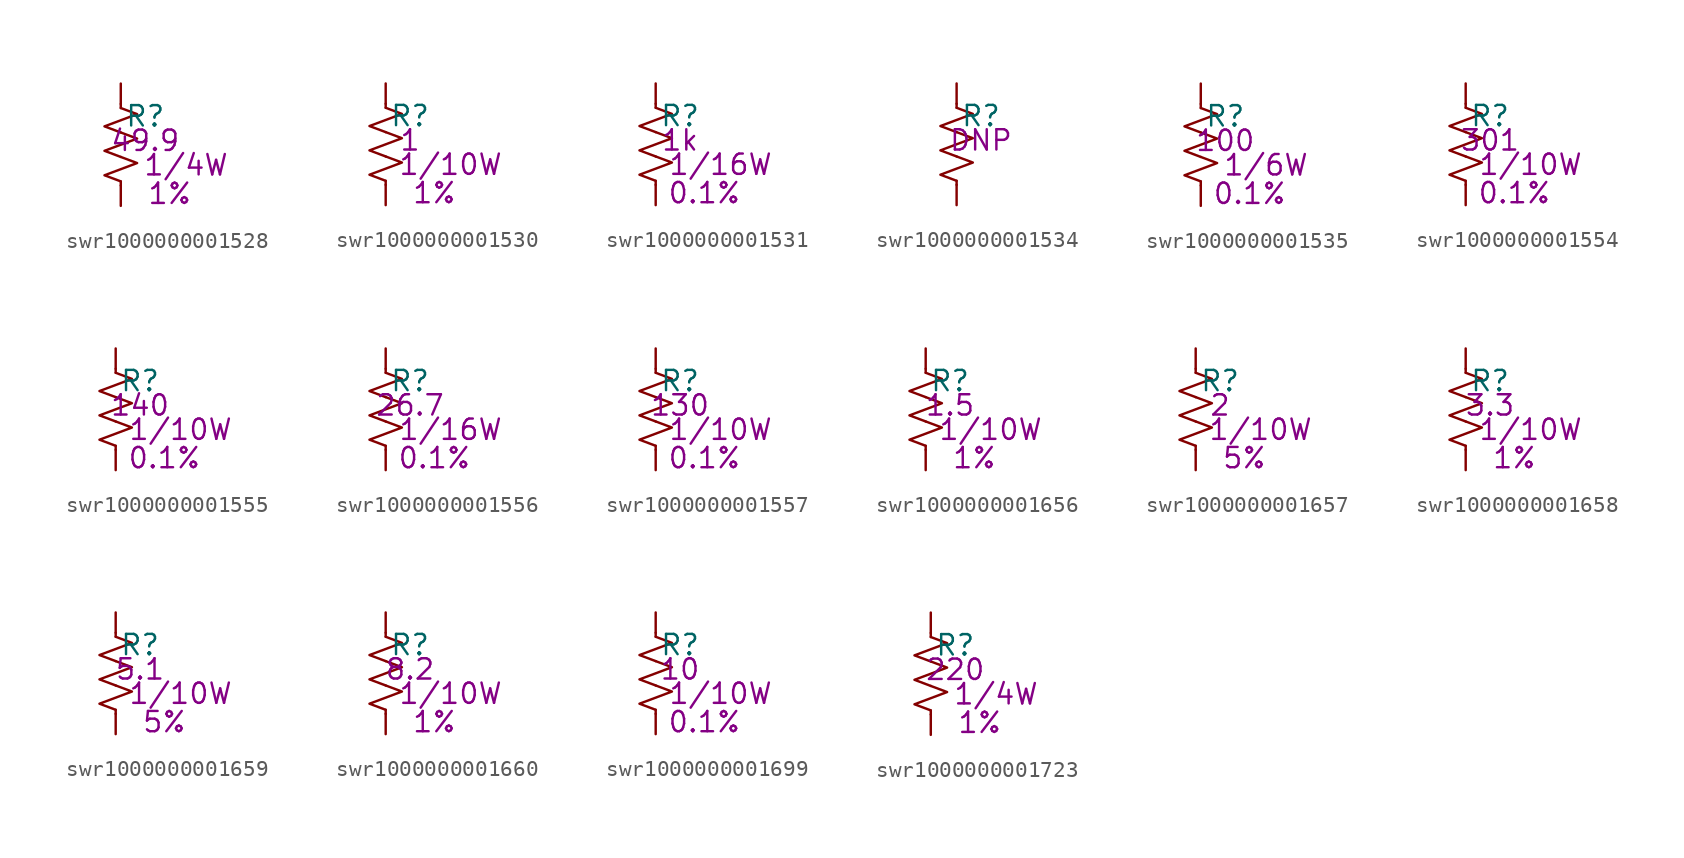
<source format=kicad_sym>
(kicad_symbol_lib
  (version 20211014)
  (generator kicad_symbol_editor)
  (symbol "swr1000000001528"
    (pin_numbers hide)
    (pin_names
      (offset 1.016))
    (property "Reference" "R"
      (at 1.524 1.778 0)
      (effects (font (size 1.27 1.27))))
    (property "Wattage" "1/4W"
      (at 4.064 -1.27 0)
      (effects (font (size 1.27 1.27))))
    (property "PartValue" "49.9"
      (at 1.524 0.254 0)
      (effects (font (size 1.27 1.27))))
    (property "Tolerance" "1%"
      (at 3.048 -3.048 0)
      (effects (font (size 1.27 1.27))))
    (symbol "swr1000000001528_1_1"
      (polyline (pts (xy 0 -2.286) (xy 0 -2.54)) (stroke (width 0) (type default) (color 0 0 0 0)) (fill (type none)))
      (polyline (pts (xy 0 2.286) (xy 0 2.54)) (stroke (width 0) (type default) (color 0 0 0 0)) (fill (type none)))
      (polyline (pts (xy 0 -0.762) (xy 1.016 -1.143) (xy 0 -1.524) (xy -1.016 -1.905) (xy 0 -2.286)) (stroke (width 0) (type default) (color 0 0 0 0)) (fill (type none)))
      (polyline (pts (xy 0 0.762) (xy 1.016 0.381) (xy 0 0) (xy -1.016 -0.381) (xy 0 -0.762)) (stroke (width 0) (type default) (color 0 0 0 0)) (fill (type none)))
      (polyline (pts (xy 0 2.286) (xy 1.016 1.905) (xy 0 1.524) (xy -1.016 1.143) (xy 0 0.762)) (stroke (width 0) (type default) (color 0 0 0 0)) (fill (type none)))
      (pin passive line (at 0 3.81 270) (length 1.27) (name "~" (effects (font (size 1.27 1.27)))) (number "1" (effects (font (size 1.27 1.27)))))
      (pin passive line (at 0 -3.81 90) (length 1.27) (name "~" (effects (font (size 1.27 1.27)))) (number "2" (effects (font (size 1.27 1.27)))))))
  (symbol "swr1000000001530"
    (pin_numbers hide)
    (pin_names
      (offset 1.016))
    (property "Reference" "R"
      (at 1.524 1.778 0)
      (effects (font (size 1.27 1.27))))
    (property "Wattage" "1/10W"
      (at 4.064 -1.27 0)
      (effects (font (size 1.27 1.27))))
    (property "PartValue" "1"
      (at 1.524 0.254 0)
      (effects (font (size 1.27 1.27))))
    (property "Tolerance" "1%"
      (at 3.048 -3.048 0)
      (effects (font (size 1.27 1.27))))
    (symbol "swr1000000001530_1_1"
      (polyline (pts (xy 0 -2.286) (xy 0 -2.54)) (stroke (width 0) (type default) (color 0 0 0 0)) (fill (type none)))
      (polyline (pts (xy 0 2.286) (xy 0 2.54)) (stroke (width 0) (type default) (color 0 0 0 0)) (fill (type none)))
      (polyline (pts (xy 0 -0.762) (xy 1.016 -1.143) (xy 0 -1.524) (xy -1.016 -1.905) (xy 0 -2.286)) (stroke (width 0) (type default) (color 0 0 0 0)) (fill (type none)))
      (polyline (pts (xy 0 0.762) (xy 1.016 0.381) (xy 0 0) (xy -1.016 -0.381) (xy 0 -0.762)) (stroke (width 0) (type default) (color 0 0 0 0)) (fill (type none)))
      (polyline (pts (xy 0 2.286) (xy 1.016 1.905) (xy 0 1.524) (xy -1.016 1.143) (xy 0 0.762)) (stroke (width 0) (type default) (color 0 0 0 0)) (fill (type none)))
      (pin passive line (at 0 3.81 270) (length 1.27) (name "~" (effects (font (size 1.27 1.27)))) (number "1" (effects (font (size 1.27 1.27)))))
      (pin passive line (at 0 -3.81 90) (length 1.27) (name "~" (effects (font (size 1.27 1.27)))) (number "2" (effects (font (size 1.27 1.27)))))))
  (symbol "swr1000000001531"
    (pin_numbers hide)
    (pin_names
      (offset 1.016))
    (property "Reference" "R"
      (at 1.524 1.778 0)
      (effects (font (size 1.27 1.27))))
    (property "Wattage" "1/16W"
      (at 4.064 -1.27 0)
      (effects (font (size 1.27 1.27))))
    (property "PartValue" "1k"
      (at 1.524 0.254 0)
      (effects (font (size 1.27 1.27))))
    (property "Tolerance" "0.1%"
      (at 3.048 -3.048 0)
      (effects (font (size 1.27 1.27))))
    (symbol "swr1000000001531_1_1"
      (polyline (pts (xy 0 -2.286) (xy 0 -2.54)) (stroke (width 0) (type default) (color 0 0 0 0)) (fill (type none)))
      (polyline (pts (xy 0 2.286) (xy 0 2.54)) (stroke (width 0) (type default) (color 0 0 0 0)) (fill (type none)))
      (polyline (pts (xy 0 -0.762) (xy 1.016 -1.143) (xy 0 -1.524) (xy -1.016 -1.905) (xy 0 -2.286)) (stroke (width 0) (type default) (color 0 0 0 0)) (fill (type none)))
      (polyline (pts (xy 0 0.762) (xy 1.016 0.381) (xy 0 0) (xy -1.016 -0.381) (xy 0 -0.762)) (stroke (width 0) (type default) (color 0 0 0 0)) (fill (type none)))
      (polyline (pts (xy 0 2.286) (xy 1.016 1.905) (xy 0 1.524) (xy -1.016 1.143) (xy 0 0.762)) (stroke (width 0) (type default) (color 0 0 0 0)) (fill (type none)))
      (pin passive line (at 0 3.81 270) (length 1.27) (name "~" (effects (font (size 1.27 1.27)))) (number "1" (effects (font (size 1.27 1.27)))))
      (pin passive line (at 0 -3.81 90) (length 1.27) (name "~" (effects (font (size 1.27 1.27)))) (number "2" (effects (font (size 1.27 1.27)))))))
  (symbol "swr1000000001534"
    (pin_numbers hide)
    (pin_names
      (offset 1.016))
    (property "Reference" "R"
      (at 1.524 1.778 0)
      (effects (font (size 1.27 1.27))))
    (property "PartValue" "DNP"
      (at 1.524 0.254 0)
      (effects (font (size 1.27 1.27))))
    (symbol "swr1000000001534_1_1"
      (polyline (pts (xy 0 -2.286) (xy 0 -2.54)) (stroke (width 0) (type default) (color 0 0 0 0)) (fill (type none)))
      (polyline (pts (xy 0 2.286) (xy 0 2.54)) (stroke (width 0) (type default) (color 0 0 0 0)) (fill (type none)))
      (polyline (pts (xy 0 -0.762) (xy 1.016 -1.143) (xy 0 -1.524) (xy -1.016 -1.905) (xy 0 -2.286)) (stroke (width 0) (type default) (color 0 0 0 0)) (fill (type none)))
      (polyline (pts (xy 0 0.762) (xy 1.016 0.381) (xy 0 0) (xy -1.016 -0.381) (xy 0 -0.762)) (stroke (width 0) (type default) (color 0 0 0 0)) (fill (type none)))
      (polyline (pts (xy 0 2.286) (xy 1.016 1.905) (xy 0 1.524) (xy -1.016 1.143) (xy 0 0.762)) (stroke (width 0) (type default) (color 0 0 0 0)) (fill (type none)))
      (pin passive line (at 0 3.81 270) (length 1.27) (name "~" (effects (font (size 1.27 1.27)))) (number "1" (effects (font (size 1.27 1.27)))))
      (pin passive line (at 0 -3.81 90) (length 1.27) (name "~" (effects (font (size 1.27 1.27)))) (number "2" (effects (font (size 1.27 1.27)))))))
  (symbol "swr1000000001535"
    (pin_numbers hide)
    (pin_names
      (offset 1.016))
    (property "Reference" "R"
      (at 1.524 1.778 0)
      (effects (font (size 1.27 1.27))))
    (property "Wattage" "1/6W"
      (at 4.064 -1.27 0)
      (effects (font (size 1.27 1.27))))
    (property "PartValue" "100"
      (at 1.524 0.254 0)
      (effects (font (size 1.27 1.27))))
    (property "Tolerance" "0.1%"
      (at 3.048 -3.048 0)
      (effects (font (size 1.27 1.27))))
    (symbol "swr1000000001535_1_1"
      (polyline (pts (xy 0 -2.286) (xy 0 -2.54)) (stroke (width 0) (type default) (color 0 0 0 0)) (fill (type none)))
      (polyline (pts (xy 0 2.286) (xy 0 2.54)) (stroke (width 0) (type default) (color 0 0 0 0)) (fill (type none)))
      (polyline (pts (xy 0 -0.762) (xy 1.016 -1.143) (xy 0 -1.524) (xy -1.016 -1.905) (xy 0 -2.286)) (stroke (width 0) (type default) (color 0 0 0 0)) (fill (type none)))
      (polyline (pts (xy 0 0.762) (xy 1.016 0.381) (xy 0 0) (xy -1.016 -0.381) (xy 0 -0.762)) (stroke (width 0) (type default) (color 0 0 0 0)) (fill (type none)))
      (polyline (pts (xy 0 2.286) (xy 1.016 1.905) (xy 0 1.524) (xy -1.016 1.143) (xy 0 0.762)) (stroke (width 0) (type default) (color 0 0 0 0)) (fill (type none)))
      (pin passive line (at 0 3.81 270) (length 1.27) (name "~" (effects (font (size 1.27 1.27)))) (number "1" (effects (font (size 1.27 1.27)))))
      (pin passive line (at 0 -3.81 90) (length 1.27) (name "~" (effects (font (size 1.27 1.27)))) (number "2" (effects (font (size 1.27 1.27)))))))
  (symbol "swr1000000001554"
    (pin_numbers hide)
    (pin_names
      (offset 1.016))
    (property "Reference" "R"
      (at 1.524 1.778 0)
      (effects (font (size 1.27 1.27))))
    (property "Wattage" "1/10W"
      (at 4.064 -1.27 0)
      (effects (font (size 1.27 1.27))))
    (property "PartValue" "301"
      (at 1.524 0.254 0)
      (effects (font (size 1.27 1.27))))
    (property "Tolerance" "0.1%"
      (at 3.048 -3.048 0)
      (effects (font (size 1.27 1.27))))
    (symbol "swr1000000001554_1_1"
      (polyline (pts (xy 0 -2.286) (xy 0 -2.54)) (stroke (width 0) (type default) (color 0 0 0 0)) (fill (type none)))
      (polyline (pts (xy 0 2.286) (xy 0 2.54)) (stroke (width 0) (type default) (color 0 0 0 0)) (fill (type none)))
      (polyline (pts (xy 0 -0.762) (xy 1.016 -1.143) (xy 0 -1.524) (xy -1.016 -1.905) (xy 0 -2.286)) (stroke (width 0) (type default) (color 0 0 0 0)) (fill (type none)))
      (polyline (pts (xy 0 0.762) (xy 1.016 0.381) (xy 0 0) (xy -1.016 -0.381) (xy 0 -0.762)) (stroke (width 0) (type default) (color 0 0 0 0)) (fill (type none)))
      (polyline (pts (xy 0 2.286) (xy 1.016 1.905) (xy 0 1.524) (xy -1.016 1.143) (xy 0 0.762)) (stroke (width 0) (type default) (color 0 0 0 0)) (fill (type none)))
      (pin passive line (at 0 3.81 270) (length 1.27) (name "~" (effects (font (size 1.27 1.27)))) (number "1" (effects (font (size 1.27 1.27)))))
      (pin passive line (at 0 -3.81 90) (length 1.27) (name "~" (effects (font (size 1.27 1.27)))) (number "2" (effects (font (size 1.27 1.27)))))))
  (symbol "swr1000000001555"
    (pin_numbers hide)
    (pin_names
      (offset 1.016))
    (property "Reference" "R"
      (at 1.524 1.778 0)
      (effects (font (size 1.27 1.27))))
    (property "Wattage" "1/10W"
      (at 4.064 -1.27 0)
      (effects (font (size 1.27 1.27))))
    (property "PartValue" "140"
      (at 1.524 0.254 0)
      (effects (font (size 1.27 1.27))))
    (property "Tolerance" "0.1%"
      (at 3.048 -3.048 0)
      (effects (font (size 1.27 1.27))))
    (symbol "swr1000000001555_1_1"
      (polyline (pts (xy 0 -2.286) (xy 0 -2.54)) (stroke (width 0) (type default) (color 0 0 0 0)) (fill (type none)))
      (polyline (pts (xy 0 2.286) (xy 0 2.54)) (stroke (width 0) (type default) (color 0 0 0 0)) (fill (type none)))
      (polyline (pts (xy 0 -0.762) (xy 1.016 -1.143) (xy 0 -1.524) (xy -1.016 -1.905) (xy 0 -2.286)) (stroke (width 0) (type default) (color 0 0 0 0)) (fill (type none)))
      (polyline (pts (xy 0 0.762) (xy 1.016 0.381) (xy 0 0) (xy -1.016 -0.381) (xy 0 -0.762)) (stroke (width 0) (type default) (color 0 0 0 0)) (fill (type none)))
      (polyline (pts (xy 0 2.286) (xy 1.016 1.905) (xy 0 1.524) (xy -1.016 1.143) (xy 0 0.762)) (stroke (width 0) (type default) (color 0 0 0 0)) (fill (type none)))
      (pin passive line (at 0 3.81 270) (length 1.27) (name "~" (effects (font (size 1.27 1.27)))) (number "1" (effects (font (size 1.27 1.27)))))
      (pin passive line (at 0 -3.81 90) (length 1.27) (name "~" (effects (font (size 1.27 1.27)))) (number "2" (effects (font (size 1.27 1.27)))))))
  (symbol "swr1000000001556"
    (pin_numbers hide)
    (pin_names
      (offset 1.016))
    (property "Reference" "R"
      (at 1.524 1.778 0)
      (effects (font (size 1.27 1.27))))
    (property "Wattage" "1/16W"
      (at 4.064 -1.27 0)
      (effects (font (size 1.27 1.27))))
    (property "PartValue" "26.7"
      (at 1.524 0.254 0)
      (effects (font (size 1.27 1.27))))
    (property "Tolerance" "0.1%"
      (at 3.048 -3.048 0)
      (effects (font (size 1.27 1.27))))
    (symbol "swr1000000001556_1_1"
      (polyline (pts (xy 0 -2.286) (xy 0 -2.54)) (stroke (width 0) (type default) (color 0 0 0 0)) (fill (type none)))
      (polyline (pts (xy 0 2.286) (xy 0 2.54)) (stroke (width 0) (type default) (color 0 0 0 0)) (fill (type none)))
      (polyline (pts (xy 0 -0.762) (xy 1.016 -1.143) (xy 0 -1.524) (xy -1.016 -1.905) (xy 0 -2.286)) (stroke (width 0) (type default) (color 0 0 0 0)) (fill (type none)))
      (polyline (pts (xy 0 0.762) (xy 1.016 0.381) (xy 0 0) (xy -1.016 -0.381) (xy 0 -0.762)) (stroke (width 0) (type default) (color 0 0 0 0)) (fill (type none)))
      (polyline (pts (xy 0 2.286) (xy 1.016 1.905) (xy 0 1.524) (xy -1.016 1.143) (xy 0 0.762)) (stroke (width 0) (type default) (color 0 0 0 0)) (fill (type none)))
      (pin passive line (at 0 3.81 270) (length 1.27) (name "~" (effects (font (size 1.27 1.27)))) (number "1" (effects (font (size 1.27 1.27)))))
      (pin passive line (at 0 -3.81 90) (length 1.27) (name "~" (effects (font (size 1.27 1.27)))) (number "2" (effects (font (size 1.27 1.27)))))))
  (symbol "swr1000000001557"
    (pin_numbers hide)
    (pin_names
      (offset 1.016))
    (property "Reference" "R"
      (at 1.524 1.778 0)
      (effects (font (size 1.27 1.27))))
    (property "Wattage" "1/10W"
      (at 4.064 -1.27 0)
      (effects (font (size 1.27 1.27))))
    (property "PartValue" "130"
      (at 1.524 0.254 0)
      (effects (font (size 1.27 1.27))))
    (property "Tolerance" "0.1%"
      (at 3.048 -3.048 0)
      (effects (font (size 1.27 1.27))))
    (symbol "swr1000000001557_1_1"
      (polyline (pts (xy 0 -2.286) (xy 0 -2.54)) (stroke (width 0) (type default) (color 0 0 0 0)) (fill (type none)))
      (polyline (pts (xy 0 2.286) (xy 0 2.54)) (stroke (width 0) (type default) (color 0 0 0 0)) (fill (type none)))
      (polyline (pts (xy 0 -0.762) (xy 1.016 -1.143) (xy 0 -1.524) (xy -1.016 -1.905) (xy 0 -2.286)) (stroke (width 0) (type default) (color 0 0 0 0)) (fill (type none)))
      (polyline (pts (xy 0 0.762) (xy 1.016 0.381) (xy 0 0) (xy -1.016 -0.381) (xy 0 -0.762)) (stroke (width 0) (type default) (color 0 0 0 0)) (fill (type none)))
      (polyline (pts (xy 0 2.286) (xy 1.016 1.905) (xy 0 1.524) (xy -1.016 1.143) (xy 0 0.762)) (stroke (width 0) (type default) (color 0 0 0 0)) (fill (type none)))
      (pin passive line (at 0 3.81 270) (length 1.27) (name "~" (effects (font (size 1.27 1.27)))) (number "1" (effects (font (size 1.27 1.27)))))
      (pin passive line (at 0 -3.81 90) (length 1.27) (name "~" (effects (font (size 1.27 1.27)))) (number "2" (effects (font (size 1.27 1.27)))))))
  (symbol "swr1000000001656"
    (pin_numbers hide)
    (pin_names
      (offset 1.016))
    (property "Reference" "R"
      (at 1.524 1.778 0)
      (effects (font (size 1.27 1.27))))
    (property "Wattage" "1/10W"
      (at 4.064 -1.27 0)
      (effects (font (size 1.27 1.27))))
    (property "PartValue" "1.5"
      (at 1.524 0.254 0)
      (effects (font (size 1.27 1.27))))
    (property "Tolerance" "1%"
      (at 3.048 -3.048 0)
      (effects (font (size 1.27 1.27))))
    (symbol "swr1000000001656_1_1"
      (polyline (pts (xy 0 -2.286) (xy 0 -2.54)) (stroke (width 0) (type default) (color 0 0 0 0)) (fill (type none)))
      (polyline (pts (xy 0 2.286) (xy 0 2.54)) (stroke (width 0) (type default) (color 0 0 0 0)) (fill (type none)))
      (polyline (pts (xy 0 -0.762) (xy 1.016 -1.143) (xy 0 -1.524) (xy -1.016 -1.905) (xy 0 -2.286)) (stroke (width 0) (type default) (color 0 0 0 0)) (fill (type none)))
      (polyline (pts (xy 0 0.762) (xy 1.016 0.381) (xy 0 0) (xy -1.016 -0.381) (xy 0 -0.762)) (stroke (width 0) (type default) (color 0 0 0 0)) (fill (type none)))
      (polyline (pts (xy 0 2.286) (xy 1.016 1.905) (xy 0 1.524) (xy -1.016 1.143) (xy 0 0.762)) (stroke (width 0) (type default) (color 0 0 0 0)) (fill (type none)))
      (pin passive line (at 0 3.81 270) (length 1.27) (name "~" (effects (font (size 1.27 1.27)))) (number "1" (effects (font (size 1.27 1.27)))))
      (pin passive line (at 0 -3.81 90) (length 1.27) (name "~" (effects (font (size 1.27 1.27)))) (number "2" (effects (font (size 1.27 1.27)))))))
  (symbol "swr1000000001657"
    (pin_numbers hide)
    (pin_names
      (offset 1.016))
    (property "Reference" "R"
      (at 1.524 1.778 0)
      (effects (font (size 1.27 1.27))))
    (property "Wattage" "1/10W"
      (at 4.064 -1.27 0)
      (effects (font (size 1.27 1.27))))
    (property "PartValue" "2"
      (at 1.524 0.254 0)
      (effects (font (size 1.27 1.27))))
    (property "Tolerance" "5%"
      (at 3.048 -3.048 0)
      (effects (font (size 1.27 1.27))))
    (symbol "swr1000000001657_1_1"
      (polyline (pts (xy 0 -2.286) (xy 0 -2.54)) (stroke (width 0) (type default) (color 0 0 0 0)) (fill (type none)))
      (polyline (pts (xy 0 2.286) (xy 0 2.54)) (stroke (width 0) (type default) (color 0 0 0 0)) (fill (type none)))
      (polyline (pts (xy 0 -0.762) (xy 1.016 -1.143) (xy 0 -1.524) (xy -1.016 -1.905) (xy 0 -2.286)) (stroke (width 0) (type default) (color 0 0 0 0)) (fill (type none)))
      (polyline (pts (xy 0 0.762) (xy 1.016 0.381) (xy 0 0) (xy -1.016 -0.381) (xy 0 -0.762)) (stroke (width 0) (type default) (color 0 0 0 0)) (fill (type none)))
      (polyline (pts (xy 0 2.286) (xy 1.016 1.905) (xy 0 1.524) (xy -1.016 1.143) (xy 0 0.762)) (stroke (width 0) (type default) (color 0 0 0 0)) (fill (type none)))
      (pin passive line (at 0 3.81 270) (length 1.27) (name "~" (effects (font (size 1.27 1.27)))) (number "1" (effects (font (size 1.27 1.27)))))
      (pin passive line (at 0 -3.81 90) (length 1.27) (name "~" (effects (font (size 1.27 1.27)))) (number "2" (effects (font (size 1.27 1.27)))))))
  (symbol "swr1000000001658"
    (pin_numbers hide)
    (pin_names
      (offset 1.016))
    (property "Reference" "R"
      (at 1.524 1.778 0)
      (effects (font (size 1.27 1.27))))
    (property "Wattage" "1/10W"
      (at 4.064 -1.27 0)
      (effects (font (size 1.27 1.27))))
    (property "PartValue" "3.3"
      (at 1.524 0.254 0)
      (effects (font (size 1.27 1.27))))
    (property "Tolerance" "1%"
      (at 3.048 -3.048 0)
      (effects (font (size 1.27 1.27))))
    (symbol "swr1000000001658_1_1"
      (polyline (pts (xy 0 -2.286) (xy 0 -2.54)) (stroke (width 0) (type default) (color 0 0 0 0)) (fill (type none)))
      (polyline (pts (xy 0 2.286) (xy 0 2.54)) (stroke (width 0) (type default) (color 0 0 0 0)) (fill (type none)))
      (polyline (pts (xy 0 -0.762) (xy 1.016 -1.143) (xy 0 -1.524) (xy -1.016 -1.905) (xy 0 -2.286)) (stroke (width 0) (type default) (color 0 0 0 0)) (fill (type none)))
      (polyline (pts (xy 0 0.762) (xy 1.016 0.381) (xy 0 0) (xy -1.016 -0.381) (xy 0 -0.762)) (stroke (width 0) (type default) (color 0 0 0 0)) (fill (type none)))
      (polyline (pts (xy 0 2.286) (xy 1.016 1.905) (xy 0 1.524) (xy -1.016 1.143) (xy 0 0.762)) (stroke (width 0) (type default) (color 0 0 0 0)) (fill (type none)))
      (pin passive line (at 0 3.81 270) (length 1.27) (name "~" (effects (font (size 1.27 1.27)))) (number "1" (effects (font (size 1.27 1.27)))))
      (pin passive line (at 0 -3.81 90) (length 1.27) (name "~" (effects (font (size 1.27 1.27)))) (number "2" (effects (font (size 1.27 1.27)))))))
  (symbol "swr1000000001659"
    (pin_numbers hide)
    (pin_names
      (offset 1.016))
    (property "Reference" "R"
      (at 1.524 1.778 0)
      (effects (font (size 1.27 1.27))))
    (property "Wattage" "1/10W"
      (at 4.064 -1.27 0)
      (effects (font (size 1.27 1.27))))
    (property "PartValue" "5.1"
      (at 1.524 0.254 0)
      (effects (font (size 1.27 1.27))))
    (property "Tolerance" "5%"
      (at 3.048 -3.048 0)
      (effects (font (size 1.27 1.27))))
    (symbol "swr1000000001659_1_1"
      (polyline (pts (xy 0 -2.286) (xy 0 -2.54)) (stroke (width 0) (type default) (color 0 0 0 0)) (fill (type none)))
      (polyline (pts (xy 0 2.286) (xy 0 2.54)) (stroke (width 0) (type default) (color 0 0 0 0)) (fill (type none)))
      (polyline (pts (xy 0 -0.762) (xy 1.016 -1.143) (xy 0 -1.524) (xy -1.016 -1.905) (xy 0 -2.286)) (stroke (width 0) (type default) (color 0 0 0 0)) (fill (type none)))
      (polyline (pts (xy 0 0.762) (xy 1.016 0.381) (xy 0 0) (xy -1.016 -0.381) (xy 0 -0.762)) (stroke (width 0) (type default) (color 0 0 0 0)) (fill (type none)))
      (polyline (pts (xy 0 2.286) (xy 1.016 1.905) (xy 0 1.524) (xy -1.016 1.143) (xy 0 0.762)) (stroke (width 0) (type default) (color 0 0 0 0)) (fill (type none)))
      (pin passive line (at 0 3.81 270) (length 1.27) (name "~" (effects (font (size 1.27 1.27)))) (number "1" (effects (font (size 1.27 1.27)))))
      (pin passive line (at 0 -3.81 90) (length 1.27) (name "~" (effects (font (size 1.27 1.27)))) (number "2" (effects (font (size 1.27 1.27)))))))
  (symbol "swr1000000001660"
    (pin_numbers hide)
    (pin_names
      (offset 1.016))
    (property "Reference" "R"
      (at 1.524 1.778 0)
      (effects (font (size 1.27 1.27))))
    (property "Wattage" "1/10W"
      (at 4.064 -1.27 0)
      (effects (font (size 1.27 1.27))))
    (property "PartValue" "8.2"
      (at 1.524 0.254 0)
      (effects (font (size 1.27 1.27))))
    (property "Tolerance" "1%"
      (at 3.048 -3.048 0)
      (effects (font (size 1.27 1.27))))
    (symbol "swr1000000001660_1_1"
      (polyline (pts (xy 0 -2.286) (xy 0 -2.54)) (stroke (width 0) (type default) (color 0 0 0 0)) (fill (type none)))
      (polyline (pts (xy 0 2.286) (xy 0 2.54)) (stroke (width 0) (type default) (color 0 0 0 0)) (fill (type none)))
      (polyline (pts (xy 0 -0.762) (xy 1.016 -1.143) (xy 0 -1.524) (xy -1.016 -1.905) (xy 0 -2.286)) (stroke (width 0) (type default) (color 0 0 0 0)) (fill (type none)))
      (polyline (pts (xy 0 0.762) (xy 1.016 0.381) (xy 0 0) (xy -1.016 -0.381) (xy 0 -0.762)) (stroke (width 0) (type default) (color 0 0 0 0)) (fill (type none)))
      (polyline (pts (xy 0 2.286) (xy 1.016 1.905) (xy 0 1.524) (xy -1.016 1.143) (xy 0 0.762)) (stroke (width 0) (type default) (color 0 0 0 0)) (fill (type none)))
      (pin passive line (at 0 3.81 270) (length 1.27) (name "~" (effects (font (size 1.27 1.27)))) (number "1" (effects (font (size 1.27 1.27)))))
      (pin passive line (at 0 -3.81 90) (length 1.27) (name "~" (effects (font (size 1.27 1.27)))) (number "2" (effects (font (size 1.27 1.27)))))))
  (symbol "swr1000000001699"
    (pin_numbers hide)
    (pin_names
      (offset 1.016))
    (property "Reference" "R"
      (at 1.524 1.778 0)
      (effects (font (size 1.27 1.27))))
    (property "Wattage" "1/10W"
      (at 4.064 -1.27 0)
      (effects (font (size 1.27 1.27))))
    (property "PartValue" "10"
      (at 1.524 0.254 0)
      (effects (font (size 1.27 1.27))))
    (property "Tolerance" "0.1%"
      (at 3.048 -3.048 0)
      (effects (font (size 1.27 1.27))))
    (symbol "swr1000000001699_1_1"
      (polyline (pts (xy 0 -2.286) (xy 0 -2.54)) (stroke (width 0) (type default) (color 0 0 0 0)) (fill (type none)))
      (polyline (pts (xy 0 2.286) (xy 0 2.54)) (stroke (width 0) (type default) (color 0 0 0 0)) (fill (type none)))
      (polyline (pts (xy 0 -0.762) (xy 1.016 -1.143) (xy 0 -1.524) (xy -1.016 -1.905) (xy 0 -2.286)) (stroke (width 0) (type default) (color 0 0 0 0)) (fill (type none)))
      (polyline (pts (xy 0 0.762) (xy 1.016 0.381) (xy 0 0) (xy -1.016 -0.381) (xy 0 -0.762)) (stroke (width 0) (type default) (color 0 0 0 0)) (fill (type none)))
      (polyline (pts (xy 0 2.286) (xy 1.016 1.905) (xy 0 1.524) (xy -1.016 1.143) (xy 0 0.762)) (stroke (width 0) (type default) (color 0 0 0 0)) (fill (type none)))
      (pin passive line (at 0 3.81 270) (length 1.27) (name "~" (effects (font (size 1.27 1.27)))) (number "1" (effects (font (size 1.27 1.27)))))
      (pin passive line (at 0 -3.81 90) (length 1.27) (name "~" (effects (font (size 1.27 1.27)))) (number "2" (effects (font (size 1.27 1.27)))))))
  (symbol "swr1000000001723"
    (pin_numbers hide)
    (pin_names
      (offset 1.016))
    (property "Reference" "R"
      (at 1.524 1.778 0)
      (effects (font (size 1.27 1.27))))
    (property "Wattage" "1/4W"
      (at 4.064 -1.27 0)
      (effects (font (size 1.27 1.27))))
    (property "PartValue" "220"
      (at 1.524 0.254 0)
      (effects (font (size 1.27 1.27))))
    (property "Tolerance" "1%"
      (at 3.048 -3.048 0)
      (effects (font (size 1.27 1.27))))
    (symbol "swr1000000001723_1_1"
      (polyline (pts (xy 0 -2.286) (xy 0 -2.54)) (stroke (width 0) (type default) (color 0 0 0 0)) (fill (type none)))
      (polyline (pts (xy 0 2.286) (xy 0 2.54)) (stroke (width 0) (type default) (color 0 0 0 0)) (fill (type none)))
      (polyline (pts (xy 0 -0.762) (xy 1.016 -1.143) (xy 0 -1.524) (xy -1.016 -1.905) (xy 0 -2.286)) (stroke (width 0) (type default) (color 0 0 0 0)) (fill (type none)))
      (polyline (pts (xy 0 0.762) (xy 1.016 0.381) (xy 0 0) (xy -1.016 -0.381) (xy 0 -0.762)) (stroke (width 0) (type default) (color 0 0 0 0)) (fill (type none)))
      (polyline (pts (xy 0 2.286) (xy 1.016 1.905) (xy 0 1.524) (xy -1.016 1.143) (xy 0 0.762)) (stroke (width 0) (type default) (color 0 0 0 0)) (fill (type none)))
      (pin passive line (at 0 3.81 270) (length 1.27) (name "~" (effects (font (size 1.27 1.27)))) (number "1" (effects (font (size 1.27 1.27)))))
      (pin passive line (at 0 -3.81 90) (length 1.27) (name "~" (effects (font (size 1.27 1.27)))) (number "2" (effects (font (size 1.27 1.27))))))))
</source>
